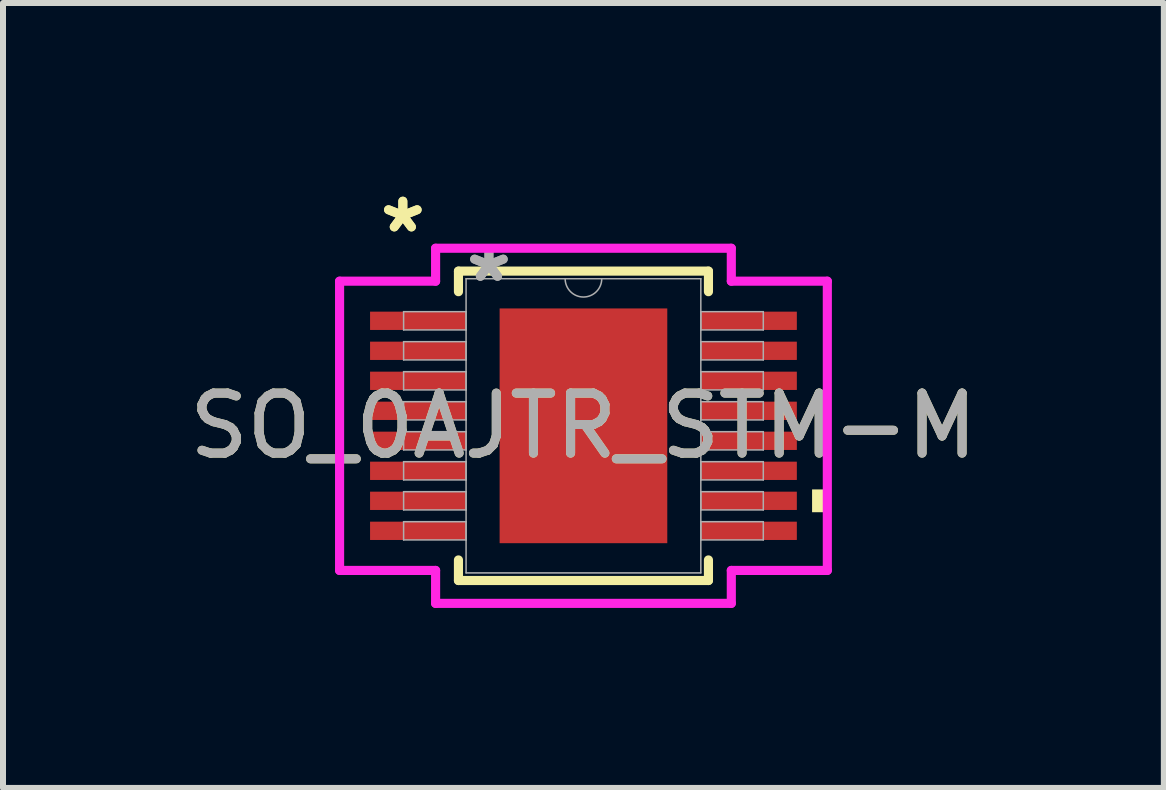
<source format=kicad_pcb>
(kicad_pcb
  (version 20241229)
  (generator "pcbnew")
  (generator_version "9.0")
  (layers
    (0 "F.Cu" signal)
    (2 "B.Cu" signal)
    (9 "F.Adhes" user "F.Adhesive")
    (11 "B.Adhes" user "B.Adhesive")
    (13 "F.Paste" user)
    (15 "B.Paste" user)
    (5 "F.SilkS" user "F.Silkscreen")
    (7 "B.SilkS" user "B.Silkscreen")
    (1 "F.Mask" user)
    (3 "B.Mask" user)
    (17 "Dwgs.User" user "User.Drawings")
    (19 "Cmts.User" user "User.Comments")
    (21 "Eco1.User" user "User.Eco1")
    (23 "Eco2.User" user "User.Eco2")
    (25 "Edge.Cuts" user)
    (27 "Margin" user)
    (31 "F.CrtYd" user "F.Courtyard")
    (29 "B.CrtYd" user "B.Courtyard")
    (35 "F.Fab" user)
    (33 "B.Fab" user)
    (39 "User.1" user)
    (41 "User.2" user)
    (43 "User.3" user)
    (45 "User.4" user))
  (footprint "SO_0AJTR_STM-M"
    (layer "F.Cu")
    (at 6.673 4.046)
    (property "Reference" "SO_0AJTR_STM-M" (at 0 0 0) (unlocked yes) (layer "F.SilkS") (effects (font (size 1 1) (thickness 0.15))))
    (attr smd)
    (fp_line (start -2.083 -2.578) (end -2.083 -2.235) (stroke (width 0.152) (type solid)) (layer "F.SilkS"))
    (fp_line (start -2.083 2.235) (end -2.083 2.578) (stroke (width 0.152) (type solid)) (layer "F.SilkS"))
    (fp_line (start -2.083 2.578) (end 2.083 2.578) (stroke (width 0.152) (type solid)) (layer "F.SilkS"))
    (fp_line (start 2.083 -2.578) (end -2.083 -2.578) (stroke (width 0.152) (type solid)) (layer "F.SilkS"))
    (fp_line (start 2.083 -2.235) (end 2.083 -2.578) (stroke (width 0.152) (type solid)) (layer "F.SilkS"))
    (fp_line (start 2.083 2.578) (end 2.083 2.235) (stroke (width 0.152) (type solid)) (layer "F.SilkS"))
    (fp_poly (pts (xy 4.064 1.06) (xy 4.064 1.44) (xy 3.81 1.44) (xy 3.81 1.06)) (stroke (width 0) (type solid)) (fill yes) (layer "F.SilkS"))
    (fp_poly (pts (xy -1.297 -1.856) (xy -1.297 -0.752) (xy -0.1 -0.752) (xy -0.1 -1.856)) (stroke (width 0) (type solid)) (fill yes) (layer "F.Paste"))
    (fp_poly (pts (xy -1.297 -0.552) (xy -1.297 0.552) (xy -0.1 0.552) (xy -0.1 -0.552)) (stroke (width 0) (type solid)) (fill yes) (layer "F.Paste"))
    (fp_poly (pts (xy -1.297 0.752) (xy -1.297 1.856) (xy -0.1 1.856) (xy -0.1 0.752)) (stroke (width 0) (type solid)) (fill yes) (layer "F.Paste"))
    (fp_poly (pts (xy 0.1 -1.856) (xy 0.1 -0.752) (xy 1.297 -0.752) (xy 1.297 -1.856)) (stroke (width 0) (type solid)) (fill yes) (layer "F.Paste"))
    (fp_poly (pts (xy 0.1 -0.552) (xy 0.1 0.552) (xy 1.297 0.552) (xy 1.297 -0.552)) (stroke (width 0) (type solid)) (fill yes) (layer "F.Paste"))
    (fp_poly (pts (xy 0.1 0.752) (xy 0.1 1.856) (xy 1.297 1.856) (xy 1.297 0.752)) (stroke (width 0) (type solid)) (fill yes) (layer "F.Paste"))
    (fp_line (start -4.064 -2.41) (end -2.464 -2.41) (stroke (width 0.152) (type solid)) (layer "F.CrtYd"))
    (fp_line (start -4.064 2.41) (end -4.064 -2.41) (stroke (width 0.152) (type solid)) (layer "F.CrtYd"))
    (fp_line (start -4.064 2.41) (end -2.464 2.41) (stroke (width 0.152) (type solid)) (layer "F.CrtYd"))
    (fp_line (start -2.464 -2.959) (end 2.464 -2.959) (stroke (width 0.152) (type solid)) (layer "F.CrtYd"))
    (fp_line (start -2.464 -2.41) (end -2.464 -2.959) (stroke (width 0.152) (type solid)) (layer "F.CrtYd"))
    (fp_line (start -2.464 2.959) (end -2.464 2.41) (stroke (width 0.152) (type solid)) (layer "F.CrtYd"))
    (fp_line (start 2.464 -2.959) (end 2.464 -2.41) (stroke (width 0.152) (type solid)) (layer "F.CrtYd"))
    (fp_line (start 2.464 2.41) (end 2.464 2.959) (stroke (width 0.152) (type solid)) (layer "F.CrtYd"))
    (fp_line (start 2.464 2.959) (end -2.464 2.959) (stroke (width 0.152) (type solid)) (layer "F.CrtYd"))
    (fp_line (start 4.064 -2.41) (end 2.464 -2.41) (stroke (width 0.152) (type solid)) (layer "F.CrtYd"))
    (fp_line (start 4.064 -2.41) (end 4.064 2.41) (stroke (width 0.152) (type solid)) (layer "F.CrtYd"))
    (fp_line (start 4.064 2.41) (end 2.464 2.41) (stroke (width 0.152) (type solid)) (layer "F.CrtYd"))
    (fp_line (start -2.997 -1.902) (end -2.997 -1.598) (stroke (width 0.025) (type solid)) (layer "F.Fab"))
    (fp_line (start -2.997 -1.598) (end -1.956 -1.598) (stroke (width 0.025) (type solid)) (layer "F.Fab"))
    (fp_line (start -2.997 -1.402) (end -2.997 -1.098) (stroke (width 0.025) (type solid)) (layer "F.Fab"))
    (fp_line (start -2.997 -1.098) (end -1.956 -1.098) (stroke (width 0.025) (type solid)) (layer "F.Fab"))
    (fp_line (start -2.997 -0.902) (end -2.997 -0.598) (stroke (width 0.025) (type solid)) (layer "F.Fab"))
    (fp_line (start -2.997 -0.598) (end -1.956 -0.598) (stroke (width 0.025) (type solid)) (layer "F.Fab"))
    (fp_line (start -2.997 -0.402) (end -2.997 -0.098) (stroke (width 0.025) (type solid)) (layer "F.Fab"))
    (fp_line (start -2.997 -0.098) (end -1.956 -0.098) (stroke (width 0.025) (type solid)) (layer "F.Fab"))
    (fp_line (start -2.997 0.098) (end -2.997 0.402) (stroke (width 0.025) (type solid)) (layer "F.Fab"))
    (fp_line (start -2.997 0.402) (end -1.956 0.402) (stroke (width 0.025) (type solid)) (layer "F.Fab"))
    (fp_line (start -2.997 0.598) (end -2.997 0.902) (stroke (width 0.025) (type solid)) (layer "F.Fab"))
    (fp_line (start -2.997 0.902) (end -1.956 0.902) (stroke (width 0.025) (type solid)) (layer "F.Fab"))
    (fp_line (start -2.997 1.098) (end -2.997 1.402) (stroke (width 0.025) (type solid)) (layer "F.Fab"))
    (fp_line (start -2.997 1.402) (end -1.956 1.402) (stroke (width 0.025) (type solid)) (layer "F.Fab"))
    (fp_line (start -2.997 1.598) (end -2.997 1.902) (stroke (width 0.025) (type solid)) (layer "F.Fab"))
    (fp_line (start -2.997 1.902) (end -1.956 1.902) (stroke (width 0.025) (type solid)) (layer "F.Fab"))
    (fp_line (start -1.956 -2.451) (end -1.956 2.451) (stroke (width 0.025) (type solid)) (layer "F.Fab"))
    (fp_line (start -1.956 -1.902) (end -2.997 -1.902) (stroke (width 0.025) (type solid)) (layer "F.Fab"))
    (fp_line (start -1.956 -1.598) (end -1.956 -1.902) (stroke (width 0.025) (type solid)) (layer "F.Fab"))
    (fp_line (start -1.956 -1.402) (end -2.997 -1.402) (stroke (width 0.025) (type solid)) (layer "F.Fab"))
    (fp_line (start -1.956 -1.098) (end -1.956 -1.402) (stroke (width 0.025) (type solid)) (layer "F.Fab"))
    (fp_line (start -1.956 -0.902) (end -2.997 -0.902) (stroke (width 0.025) (type solid)) (layer "F.Fab"))
    (fp_line (start -1.956 -0.598) (end -1.956 -0.902) (stroke (width 0.025) (type solid)) (layer "F.Fab"))
    (fp_line (start -1.956 -0.402) (end -2.997 -0.402) (stroke (width 0.025) (type solid)) (layer "F.Fab"))
    (fp_line (start -1.956 -0.098) (end -1.956 -0.402) (stroke (width 0.025) (type solid)) (layer "F.Fab"))
    (fp_line (start -1.956 0.098) (end -2.997 0.098) (stroke (width 0.025) (type solid)) (layer "F.Fab"))
    (fp_line (start -1.956 0.402) (end -1.956 0.098) (stroke (width 0.025) (type solid)) (layer "F.Fab"))
    (fp_line (start -1.956 0.598) (end -2.997 0.598) (stroke (width 0.025) (type solid)) (layer "F.Fab"))
    (fp_line (start -1.956 0.902) (end -1.956 0.598) (stroke (width 0.025) (type solid)) (layer "F.Fab"))
    (fp_line (start -1.956 1.098) (end -2.997 1.098) (stroke (width 0.025) (type solid)) (layer "F.Fab"))
    (fp_line (start -1.956 1.402) (end -1.956 1.098) (stroke (width 0.025) (type solid)) (layer "F.Fab"))
    (fp_line (start -1.956 1.598) (end -2.997 1.598) (stroke (width 0.025) (type solid)) (layer "F.Fab"))
    (fp_line (start -1.956 1.902) (end -1.956 1.598) (stroke (width 0.025) (type solid)) (layer "F.Fab"))
    (fp_line (start -1.956 2.451) (end 1.956 2.451) (stroke (width 0.025) (type solid)) (layer "F.Fab"))
    (fp_line (start 1.956 -2.451) (end -1.956 -2.451) (stroke (width 0.025) (type solid)) (layer "F.Fab"))
    (fp_line (start 1.956 -1.902) (end 1.956 -1.598) (stroke (width 0.025) (type solid)) (layer "F.Fab"))
    (fp_line (start 1.956 -1.598) (end 2.997 -1.598) (stroke (width 0.025) (type solid)) (layer "F.Fab"))
    (fp_line (start 1.956 -1.402) (end 1.956 -1.098) (stroke (width 0.025) (type solid)) (layer "F.Fab"))
    (fp_line (start 1.956 -1.098) (end 2.997 -1.098) (stroke (width 0.025) (type solid)) (layer "F.Fab"))
    (fp_line (start 1.956 -0.902) (end 1.956 -0.598) (stroke (width 0.025) (type solid)) (layer "F.Fab"))
    (fp_line (start 1.956 -0.598) (end 2.997 -0.598) (stroke (width 0.025) (type solid)) (layer "F.Fab"))
    (fp_line (start 1.956 -0.402) (end 1.956 -0.098) (stroke (width 0.025) (type solid)) (layer "F.Fab"))
    (fp_line (start 1.956 -0.098) (end 2.997 -0.098) (stroke (width 0.025) (type solid)) (layer "F.Fab"))
    (fp_line (start 1.956 0.098) (end 1.956 0.402) (stroke (width 0.025) (type solid)) (layer "F.Fab"))
    (fp_line (start 1.956 0.402) (end 2.997 0.402) (stroke (width 0.025) (type solid)) (layer "F.Fab"))
    (fp_line (start 1.956 0.598) (end 1.956 0.902) (stroke (width 0.025) (type solid)) (layer "F.Fab"))
    (fp_line (start 1.956 0.902) (end 2.997 0.902) (stroke (width 0.025) (type solid)) (layer "F.Fab"))
    (fp_line (start 1.956 1.098) (end 1.956 1.402) (stroke (width 0.025) (type solid)) (layer "F.Fab"))
    (fp_line (start 1.956 1.402) (end 2.997 1.402) (stroke (width 0.025) (type solid)) (layer "F.Fab"))
    (fp_line (start 1.956 1.598) (end 1.956 1.902) (stroke (width 0.025) (type solid)) (layer "F.Fab"))
    (fp_line (start 1.956 1.902) (end 2.997 1.902) (stroke (width 0.025) (type solid)) (layer "F.Fab"))
    (fp_line (start 1.956 2.451) (end 1.956 -2.451) (stroke (width 0.025) (type solid)) (layer "F.Fab"))
    (fp_line (start 2.997 -1.902) (end 1.956 -1.902) (stroke (width 0.025) (type solid)) (layer "F.Fab"))
    (fp_line (start 2.997 -1.598) (end 2.997 -1.902) (stroke (width 0.025) (type solid)) (layer "F.Fab"))
    (fp_line (start 2.997 -1.402) (end 1.956 -1.402) (stroke (width 0.025) (type solid)) (layer "F.Fab"))
    (fp_line (start 2.997 -1.098) (end 2.997 -1.402) (stroke (width 0.025) (type solid)) (layer "F.Fab"))
    (fp_line (start 2.997 -0.902) (end 1.956 -0.902) (stroke (width 0.025) (type solid)) (layer "F.Fab"))
    (fp_line (start 2.997 -0.598) (end 2.997 -0.902) (stroke (width 0.025) (type solid)) (layer "F.Fab"))
    (fp_line (start 2.997 -0.402) (end 1.956 -0.402) (stroke (width 0.025) (type solid)) (layer "F.Fab"))
    (fp_line (start 2.997 -0.098) (end 2.997 -0.402) (stroke (width 0.025) (type solid)) (layer "F.Fab"))
    (fp_line (start 2.997 0.098) (end 1.956 0.098) (stroke (width 0.025) (type solid)) (layer "F.Fab"))
    (fp_line (start 2.997 0.402) (end 2.997 0.098) (stroke (width 0.025) (type solid)) (layer "F.Fab"))
    (fp_line (start 2.997 0.598) (end 1.956 0.598) (stroke (width 0.025) (type solid)) (layer "F.Fab"))
    (fp_line (start 2.997 0.902) (end 2.997 0.598) (stroke (width 0.025) (type solid)) (layer "F.Fab"))
    (fp_line (start 2.997 1.098) (end 1.956 1.098) (stroke (width 0.025) (type solid)) (layer "F.Fab"))
    (fp_line (start 2.997 1.402) (end 2.997 1.098) (stroke (width 0.025) (type solid)) (layer "F.Fab"))
    (fp_line (start 2.997 1.598) (end 1.956 1.598) (stroke (width 0.025) (type solid)) (layer "F.Fab"))
    (fp_line (start 2.997 1.902) (end 2.997 1.598) (stroke (width 0.025) (type solid)) (layer "F.Fab"))
    (fp_arc (start 0.3048 -2.4511) (mid 0 -2.1463) (end -0.3048 -2.4511) (stroke (width 0.0254) (type solid)) (layer "F.Fab"))
    (fp_text user "*" (at -3.01 -3.198 0) (unlocked yes) (layer "F.SilkS") (effects (font (size 1 1) (thickness 0.15))))
    (fp_text user "*" (at -3.01 -3.198 0) (layer "F.SilkS") (effects (font (size 1 1) (thickness 0.15))))
    (fp_text user "${REFERENCE}" (at 0 0 0) (unlocked yes) (layer "F.Fab") (effects (font (size 1 1) (thickness 0.15))))
    (fp_text user "*" (at -1.575 -2.375 0) (unlocked yes) (layer "F.Fab") (effects (font (size 1 1) (thickness 0.15))))
    (fp_text user "*" (at -1.575 -2.375 0) (layer "F.Fab") (effects (font (size 1 1) (thickness 0.15))))
    (pad "1" smd rect (at -2.756 -1.75) (size 1.6 0.305) (layers "F.Cu" "F.Mask" "F.Paste"))
    (pad "2" smd rect (at -2.756 -1.25) (size 1.6 0.305) (layers "F.Cu" "F.Mask" "F.Paste"))
    (pad "3" smd rect (at -2.756 -0.75) (size 1.6 0.305) (layers "F.Cu" "F.Mask" "F.Paste"))
    (pad "4" smd rect (at -2.756 -0.25) (size 1.6 0.305) (layers "F.Cu" "F.Mask" "F.Paste"))
    (pad "5" smd rect (at -2.756 0.25) (size 1.6 0.305) (layers "F.Cu" "F.Mask" "F.Paste"))
    (pad "6" smd rect (at -2.756 0.75) (size 1.6 0.305) (layers "F.Cu" "F.Mask" "F.Paste"))
    (pad "7" smd rect (at -2.756 1.25) (size 1.6 0.305) (layers "F.Cu" "F.Mask" "F.Paste"))
    (pad "8" smd rect (at -2.756 1.75) (size 1.6 0.305) (layers "F.Cu" "F.Mask" "F.Paste"))
    (pad "9" smd rect (at 2.756 1.75) (size 1.6 0.305) (layers "F.Cu" "F.Mask" "F.Paste"))
    (pad "10" smd rect (at 2.756 1.25) (size 1.6 0.305) (layers "F.Cu" "F.Mask" "F.Paste"))
    (pad "11" smd rect (at 2.756 0.75) (size 1.6 0.305) (layers "F.Cu" "F.Mask" "F.Paste"))
    (pad "12" smd rect (at 2.756 0.25) (size 1.6 0.305) (layers "F.Cu" "F.Mask" "F.Paste"))
    (pad "13" smd rect (at 2.756 -0.25) (size 1.6 0.305) (layers "F.Cu" "F.Mask" "F.Paste"))
    (pad "14" smd rect (at 2.756 -0.75) (size 1.6 0.305) (layers "F.Cu" "F.Mask" "F.Paste"))
    (pad "15" smd rect (at 2.756 -1.25) (size 1.6 0.305) (layers "F.Cu" "F.Mask" "F.Paste"))
    (pad "16" smd rect (at 2.756 -1.75) (size 1.6 0.305) (layers "F.Cu" "F.Mask" "F.Paste"))
    (pad "EPAD" smd rect (at 0 0) (size 2.794 3.912) (layers "F.Cu" "F.Mask")))
  (gr_rect
    (start -3 -3)
    (end 16.345 10.081)
    (stroke (width 0.1) (type default))
    (fill no)
    (layer "Edge.Cuts")))
</source>
